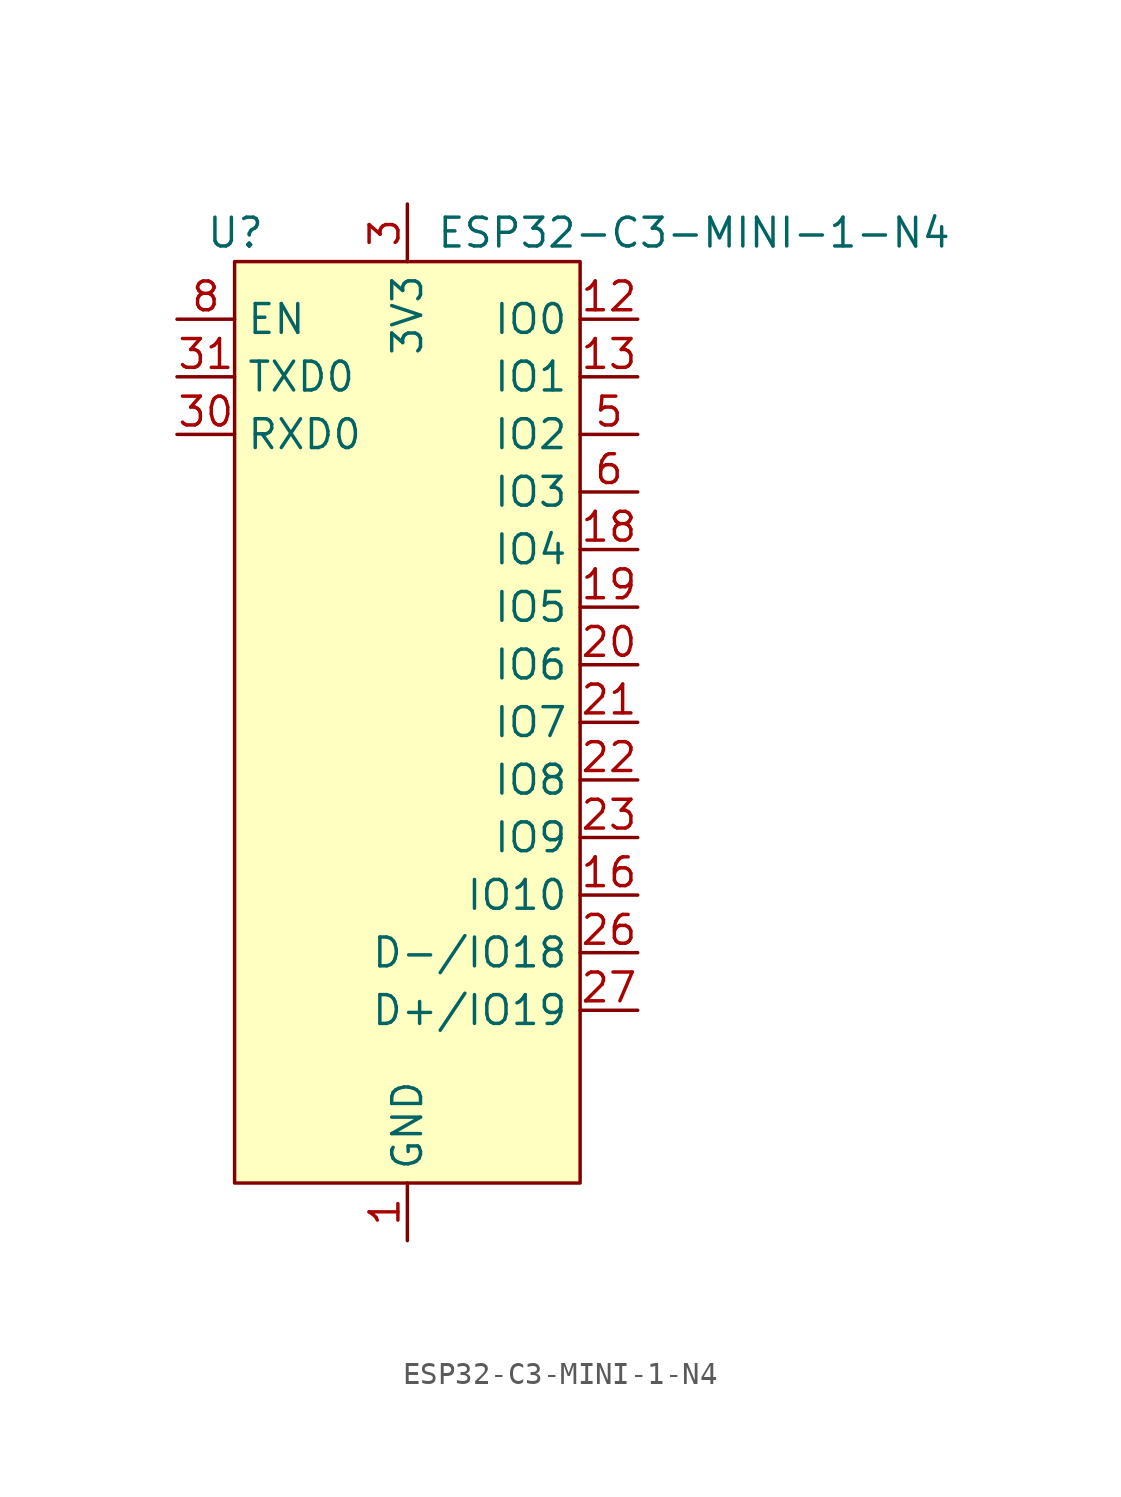
<source format=kicad_sym>
(kicad_symbol_lib
  (version 20231120)
  (generator "kicad_symbol_editor")
  (generator_version "8.99")
  (symbol "ESP32-C3-MINI-1-N4"
    (property "Reference" "U"
      (at -8.89 19.05 0)
      (effects (font (size 1.27 1.27)) (justify left)))
    (property "Value" "ESP32-C3-MINI-1-N4"
      (at 1.27 19.05 0)
      (effects (font (size 1.27 1.27)) (justify left)))
    (symbol "ESP32-C3-MINI-1-N4_0_1"
      (rectangle (start -7.62 17.78) (end 7.62 -22.86) (stroke (width 0) (type default)) (fill (type background)))
      (pin power_in line (at 0 -25.4 90) (length 2.54) (name "GND" (effects (font (size 1.27 1.27)))) (number "1" (effects (font (size 1.27 1.27)))))
      (pin bidirectional line (at 10.16 15.24 180) (length 2.54) (name "IO0" (effects (font (size 1.27 1.27)))) (number "12" (effects (font (size 1.27 1.27)))))
      (pin bidirectional line (at 10.16 12.7 180) (length 2.54) (name "IO1" (effects (font (size 1.27 1.27)))) (number "13" (effects (font (size 1.27 1.27)))))
      (pin bidirectional line (at 10.16 -10.16 180) (length 2.54) (name "IO10" (effects (font (size 1.27 1.27)))) (number "16" (effects (font (size 1.27 1.27)))))
      (pin bidirectional line (at 10.16 5.08 180) (length 2.54) (name "IO4" (effects (font (size 1.27 1.27)))) (number "18" (effects (font (size 1.27 1.27)))))
      (pin bidirectional line (at 10.16 2.54 180) (length 2.54) (name "IO5" (effects (font (size 1.27 1.27)))) (number "19" (effects (font (size 1.27 1.27)))))
      (pin bidirectional line (at 10.16 0 180) (length 2.54) (name "IO6" (effects (font (size 1.27 1.27)))) (number "20" (effects (font (size 1.27 1.27)))))
      (pin bidirectional line (at 10.16 -2.54 180) (length 2.54) (name "IO7" (effects (font (size 1.27 1.27)))) (number "21" (effects (font (size 1.27 1.27)))))
      (pin bidirectional line (at 10.16 -5.08 180) (length 2.54) (name "IO8" (effects (font (size 1.27 1.27)))) (number "22" (effects (font (size 1.27 1.27)))))
      (pin bidirectional line (at 10.16 -7.62 180) (length 2.54) (name "IO9" (effects (font (size 1.27 1.27)))) (number "23" (effects (font (size 1.27 1.27)))))
      (pin power_in line (at 0 20.32 270) (length 2.54) (name "3V3" (effects (font (size 1.27 1.27)))) (number "3" (effects (font (size 1.27 1.27)))))
      (pin input line (at -10.16 10.16 0) (length 2.54) (name "RXD0" (effects (font (size 1.27 1.27)))) (number "30" (effects (font (size 1.27 1.27)))))
      (pin output line (at -10.16 12.7 0) (length 2.54) (name "TXD0" (effects (font (size 1.27 1.27)))) (number "31" (effects (font (size 1.27 1.27)))))
      (pin bidirectional line (at 10.16 10.16 180) (length 2.54) (name "IO2" (effects (font (size 1.27 1.27)))) (number "5" (effects (font (size 1.27 1.27)))))
      (pin bidirectional line (at 10.16 7.62 180) (length 2.54) (name "IO3" (effects (font (size 1.27 1.27)))) (number "6" (effects (font (size 1.27 1.27)))))
      (pin input line (at -10.16 15.24 0) (length 2.54) (name "EN" (effects (font (size 1.27 1.27)))) (number "8" (effects (font (size 1.27 1.27))))))
    (symbol "ESP32-C3-MINI-1-N4_1_1"
      (pin no_connect line (at -10.16 -15.24 0) (length 2.54) hide (name "NC" (effects (font (size 1.27 1.27)))) (number "10" (effects (font (size 1.27 1.27)))))
      (pin power_in line (at 0 -25.4 90) (length 2.54) hide (name "GND" (effects (font (size 1.27 1.27)))) (number "11" (effects (font (size 1.27 1.27)))))
      (pin power_in line (at 0 -25.4 90) (length 2.54) hide (name "GND" (effects (font (size 1.27 1.27)))) (number "14" (effects (font (size 1.27 1.27)))))
      (pin no_connect line (at -10.16 -15.24 0) (length 2.54) hide (name "NC" (effects (font (size 1.27 1.27)))) (number "15" (effects (font (size 1.27 1.27)))))
      (pin no_connect line (at -10.16 -15.24 0) (length 2.54) hide (name "NC" (effects (font (size 1.27 1.27)))) (number "17" (effects (font (size 1.27 1.27)))))
      (pin power_in line (at 0 -25.4 90) (length 2.54) hide (name "GND" (effects (font (size 1.27 1.27)))) (number "2" (effects (font (size 1.27 1.27)))))
      (pin no_connect line (at -10.16 -15.24 0) (length 2.54) hide (name "NC" (effects (font (size 1.27 1.27)))) (number "24" (effects (font (size 1.27 1.27)))))
      (pin no_connect line (at -10.16 -15.24 0) (length 2.54) hide (name "NC" (effects (font (size 1.27 1.27)))) (number "25" (effects (font (size 1.27 1.27)))))
      (pin bidirectional line (at 10.16 -12.7 180) (length 2.54) (name "D-/IO18" (effects (font (size 1.27 1.27)))) (number "26" (effects (font (size 1.27 1.27)))))
      (pin bidirectional line (at 10.16 -15.24 180) (length 2.54) (name "D+/IO19" (effects (font (size 1.27 1.27)))) (number "27" (effects (font (size 1.27 1.27)))))
      (pin no_connect line (at -10.16 -15.24 0) (length 2.54) hide (name "NC" (effects (font (size 1.27 1.27)))) (number "28" (effects (font (size 1.27 1.27)))))
      (pin no_connect line (at -10.16 -15.24 0) (length 2.54) hide (name "NC" (effects (font (size 1.27 1.27)))) (number "29" (effects (font (size 1.27 1.27)))))
      (pin no_connect line (at -10.16 -15.24 0) (length 2.54) hide (name "NC" (effects (font (size 1.27 1.27)))) (number "32" (effects (font (size 1.27 1.27)))))
      (pin no_connect line (at -10.16 -15.24 0) (length 2.54) hide (name "NC" (effects (font (size 1.27 1.27)))) (number "33" (effects (font (size 1.27 1.27)))))
      (pin no_connect line (at -10.16 -15.24 0) (length 2.54) hide (name "NC" (effects (font (size 1.27 1.27)))) (number "34" (effects (font (size 1.27 1.27)))))
      (pin no_connect line (at -10.16 -15.24 0) (length 2.54) hide (name "NC" (effects (font (size 1.27 1.27)))) (number "35" (effects (font (size 1.27 1.27)))))
      (pin power_in line (at 0 -25.4 90) (length 2.54) hide (name "GND" (effects (font (size 1.27 1.27)))) (number "36" (effects (font (size 1.27 1.27)))))
      (pin power_in line (at 0 -25.4 90) (length 2.54) hide (name "GND" (effects (font (size 1.27 1.27)))) (number "37" (effects (font (size 1.27 1.27)))))
      (pin power_in line (at 0 -25.4 90) (length 2.54) hide (name "GND" (effects (font (size 1.27 1.27)))) (number "38" (effects (font (size 1.27 1.27)))))
      (pin power_in line (at 0 -25.4 90) (length 2.54) hide (name "GND" (effects (font (size 1.27 1.27)))) (number "39" (effects (font (size 1.27 1.27)))))
      (pin no_connect line (at -10.16 -15.24 0) (length 2.54) hide (name "NC" (effects (font (size 1.27 1.27)))) (number "4" (effects (font (size 1.27 1.27)))))
      (pin power_in line (at 0 -25.4 90) (length 2.54) hide (name "GND" (effects (font (size 1.27 1.27)))) (number "40" (effects (font (size 1.27 1.27)))))
      (pin power_in line (at 0 -25.4 90) (length 2.54) hide (name "GND" (effects (font (size 1.27 1.27)))) (number "41" (effects (font (size 1.27 1.27)))))
      (pin power_in line (at 0 -25.4 90) (length 2.54) hide (name "GND" (effects (font (size 1.27 1.27)))) (number "42" (effects (font (size 1.27 1.27)))))
      (pin power_in line (at 0 -25.4 90) (length 2.54) hide (name "GND" (effects (font (size 1.27 1.27)))) (number "43" (effects (font (size 1.27 1.27)))))
      (pin power_in line (at 0 -25.4 90) (length 2.54) hide (name "GND" (effects (font (size 1.27 1.27)))) (number "44" (effects (font (size 1.27 1.27)))))
      (pin power_in line (at 0 -25.4 90) (length 2.54) hide (name "GND" (effects (font (size 1.27 1.27)))) (number "45" (effects (font (size 1.27 1.27)))))
      (pin power_in line (at 0 -25.4 90) (length 2.54) hide (name "GND" (effects (font (size 1.27 1.27)))) (number "46" (effects (font (size 1.27 1.27)))))
      (pin power_in line (at 0 -25.4 90) (length 2.54) hide (name "GND" (effects (font (size 1.27 1.27)))) (number "47" (effects (font (size 1.27 1.27)))))
      (pin power_in line (at 0 -25.4 90) (length 2.54) hide (name "GND" (effects (font (size 1.27 1.27)))) (number "48" (effects (font (size 1.27 1.27)))))
      (pin power_in line (at 0 -25.4 90) (length 2.54) hide (name "GND" (effects (font (size 1.27 1.27)))) (number "49" (effects (font (size 1.27 1.27)))))
      (pin power_in line (at 0 -25.4 90) (length 2.54) hide (name "GND" (effects (font (size 1.27 1.27)))) (number "50" (effects (font (size 1.27 1.27)))))
      (pin power_in line (at 0 -25.4 90) (length 2.54) hide (name "GND" (effects (font (size 1.27 1.27)))) (number "51" (effects (font (size 1.27 1.27)))))
      (pin power_in line (at 0 -25.4 90) (length 2.54) hide (name "GND" (effects (font (size 1.27 1.27)))) (number "52" (effects (font (size 1.27 1.27)))))
      (pin power_in line (at 0 -25.4 90) (length 2.54) hide (name "GND" (effects (font (size 1.27 1.27)))) (number "53" (effects (font (size 1.27 1.27)))))
      (pin no_connect line (at -10.16 -15.24 0) (length 2.54) hide (name "NC" (effects (font (size 1.27 1.27)))) (number "7" (effects (font (size 1.27 1.27)))))
      (pin no_connect line (at -10.16 -15.24 0) (length 2.54) hide (name "NC" (effects (font (size 1.27 1.27)))) (number "9" (effects (font (size 1.27 1.27))))))))
</source>
